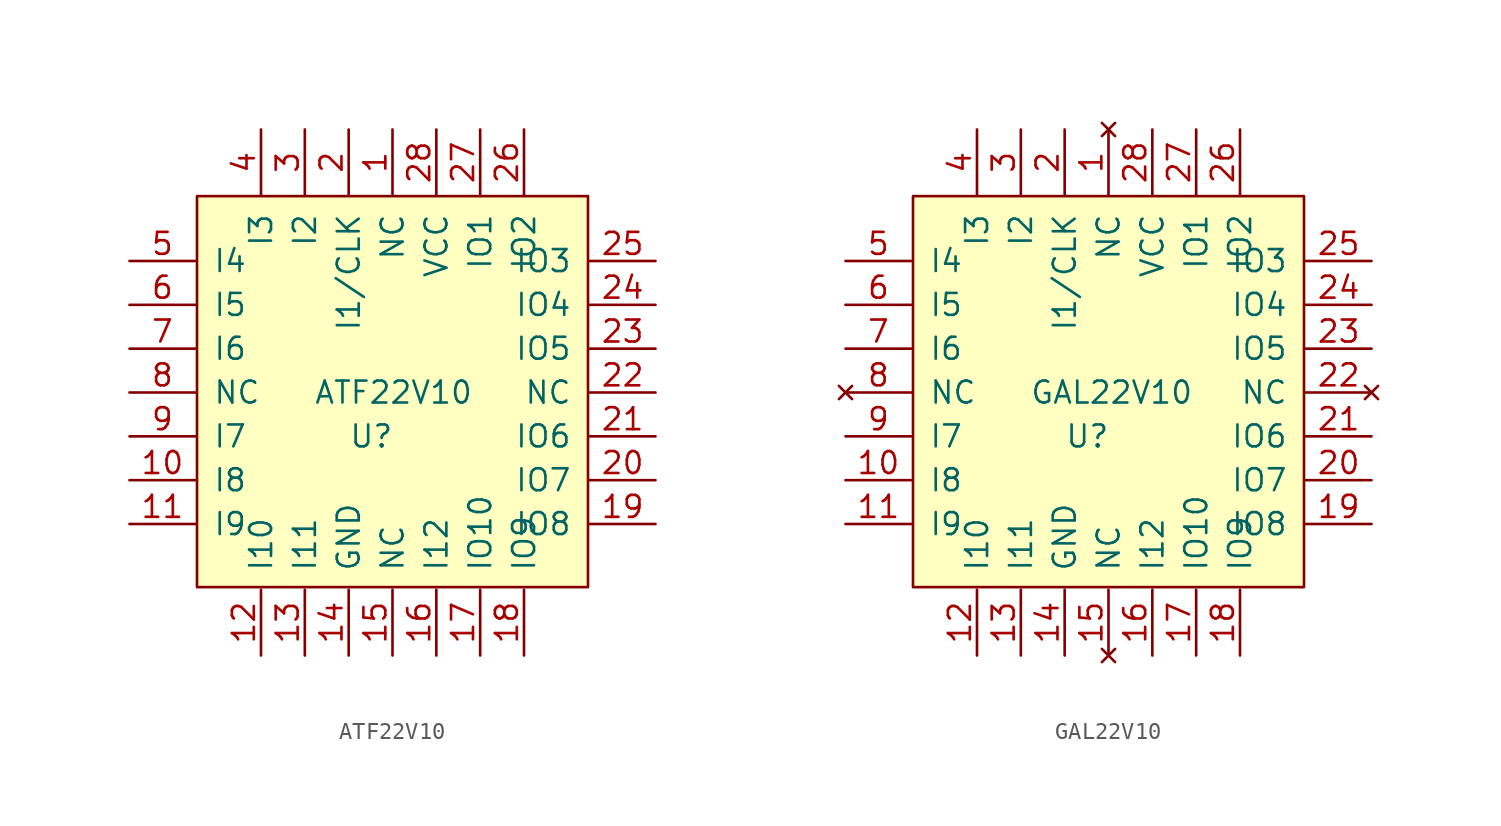
<source format=kicad_sym>
(kicad_symbol_lib
  (version 20211014)
  (generator kicad_symbol_editor)
  (symbol "ATF22V10"
    (pin_names
      (offset 1.016))
    (property "Reference" "U"
      (at -2.54 -2.54 0)
      (effects (font (size 1.27 1.27)) (justify left)))
    (property "Value" "ATF22V10"
      (at -4.572 0 0)
      (effects (font (size 1.27 1.27)) (justify left)))
    (symbol "ATF22V10_0_0"
      (pin input line (at -15.24 -5.08 0) (length 3.81) (name "I8" (effects (font (size 1.27 1.27)))) (number "10" (effects (font (size 1.27 1.27)))))
      (pin tri_state line (at 15.24 -5.08 180) (length 3.81) (name "IO7" (effects (font (size 1.27 1.27)))) (number "20" (effects (font (size 1.27 1.27))))))
    (symbol "ATF22V10_0_1"
      (rectangle (start -11.328 11.379) (end 11.328 -11.278) (stroke (width 0) (type default) (color 0 0 0 0)) (fill (type background))))
    (symbol "ATF22V10_1_1"
      (pin bidirectional line (at 0 15.24 270) (length 3.81) (name "NC" (effects (font (size 1.27 1.27)))) (number "1" (effects (font (size 1.27 1.27)))))
      (pin input line (at -15.24 -7.62 0) (length 3.81) (name "I9" (effects (font (size 1.27 1.27)))) (number "11" (effects (font (size 1.27 1.27)))))
      (pin input line (at -7.62 -15.24 90) (length 3.81) (name "I10" (effects (font (size 1.27 1.27)))) (number "12" (effects (font (size 1.27 1.27)))))
      (pin input line (at -5.08 -15.24 90) (length 3.81) (name "I11" (effects (font (size 1.27 1.27)))) (number "13" (effects (font (size 1.27 1.27)))))
      (pin power_in line (at -2.54 -15.24 90) (length 3.81) (name "GND" (effects (font (size 1.27 1.27)))) (number "14" (effects (font (size 1.27 1.27)))))
      (pin bidirectional line (at 0 -15.24 90) (length 3.81) (name "NC" (effects (font (size 1.27 1.27)))) (number "15" (effects (font (size 1.27 1.27)))))
      (pin input line (at 2.54 -15.24 90) (length 3.81) (name "I12" (effects (font (size 1.27 1.27)))) (number "16" (effects (font (size 1.27 1.27)))))
      (pin tri_state line (at 5.08 -15.24 90) (length 3.81) (name "IO10" (effects (font (size 1.27 1.27)))) (number "17" (effects (font (size 1.27 1.27)))))
      (pin tri_state line (at 7.62 -15.24 90) (length 3.81) (name "IO9" (effects (font (size 1.27 1.27)))) (number "18" (effects (font (size 1.27 1.27)))))
      (pin tri_state line (at 15.24 -7.62 180) (length 3.81) (name "IO8" (effects (font (size 1.27 1.27)))) (number "19" (effects (font (size 1.27 1.27)))))
      (pin input line (at -2.54 15.24 270) (length 3.81) (name "I1/CLK" (effects (font (size 1.27 1.27)))) (number "2" (effects (font (size 1.27 1.27)))))
      (pin tri_state line (at 15.24 -2.54 180) (length 3.81) (name "IO6" (effects (font (size 1.27 1.27)))) (number "21" (effects (font (size 1.27 1.27)))))
      (pin bidirectional line (at 15.24 0 180) (length 3.81) (name "NC" (effects (font (size 1.27 1.27)))) (number "22" (effects (font (size 1.27 1.27)))))
      (pin tri_state line (at 15.24 2.54 180) (length 3.81) (name "IO5" (effects (font (size 1.27 1.27)))) (number "23" (effects (font (size 1.27 1.27)))))
      (pin tri_state line (at 15.24 5.08 180) (length 3.81) (name "IO4" (effects (font (size 1.27 1.27)))) (number "24" (effects (font (size 1.27 1.27)))))
      (pin tri_state line (at 15.24 7.62 180) (length 3.81) (name "IO3" (effects (font (size 1.27 1.27)))) (number "25" (effects (font (size 1.27 1.27)))))
      (pin tri_state line (at 7.62 15.24 270) (length 3.81) (name "IO2" (effects (font (size 1.27 1.27)))) (number "26" (effects (font (size 1.27 1.27)))))
      (pin tri_state line (at 5.08 15.24 270) (length 3.81) (name "IO1" (effects (font (size 1.27 1.27)))) (number "27" (effects (font (size 1.27 1.27)))))
      (pin power_in line (at 2.54 15.24 270) (length 3.81) (name "VCC" (effects (font (size 1.27 1.27)))) (number "28" (effects (font (size 1.27 1.27)))))
      (pin input line (at -5.08 15.24 270) (length 3.81) (name "I2" (effects (font (size 1.27 1.27)))) (number "3" (effects (font (size 1.27 1.27)))))
      (pin input line (at -7.62 15.24 270) (length 3.81) (name "I3" (effects (font (size 1.27 1.27)))) (number "4" (effects (font (size 1.27 1.27)))))
      (pin input line (at -15.24 7.62 0) (length 3.81) (name "I4" (effects (font (size 1.27 1.27)))) (number "5" (effects (font (size 1.27 1.27)))))
      (pin input line (at -15.24 5.08 0) (length 3.81) (name "I5" (effects (font (size 1.27 1.27)))) (number "6" (effects (font (size 1.27 1.27)))))
      (pin input line (at -15.24 2.54 0) (length 3.81) (name "I6" (effects (font (size 1.27 1.27)))) (number "7" (effects (font (size 1.27 1.27)))))
      (pin bidirectional line (at -15.24 0 0) (length 3.81) (name "NC" (effects (font (size 1.27 1.27)))) (number "8" (effects (font (size 1.27 1.27)))))
      (pin input line (at -15.24 -2.54 0) (length 3.81) (name "I7" (effects (font (size 1.27 1.27)))) (number "9" (effects (font (size 1.27 1.27)))))))
  (symbol "GAL22V10"
    (pin_names
      (offset 1.016))
    (property "Reference" "U"
      (at -2.54 -2.54 0)
      (effects (font (size 1.27 1.27)) (justify left)))
    (property "Value" "GAL22V10"
      (at -4.572 0 0)
      (effects (font (size 1.27 1.27)) (justify left)))
    (symbol "GAL22V10_0_0"
      (pin input line (at -15.24 -5.08 0) (length 3.81) (name "I8" (effects (font (size 1.27 1.27)))) (number "10" (effects (font (size 1.27 1.27)))))
      (pin tri_state line (at 15.24 -5.08 180) (length 3.81) (name "IO7" (effects (font (size 1.27 1.27)))) (number "20" (effects (font (size 1.27 1.27))))))
    (symbol "GAL22V10_0_1"
      (rectangle (start -11.328 11.379) (end 11.328 -11.278) (stroke (width 0) (type default) (color 0 0 0 0)) (fill (type background))))
    (symbol "GAL22V10_1_1"
      (pin no_connect line (at 0 15.24 270) (length 3.81) (name "NC" (effects (font (size 1.27 1.27)))) (number "1" (effects (font (size 1.27 1.27)))))
      (pin input line (at -15.24 -7.62 0) (length 3.81) (name "I9" (effects (font (size 1.27 1.27)))) (number "11" (effects (font (size 1.27 1.27)))))
      (pin input line (at -7.62 -15.24 90) (length 3.81) (name "I10" (effects (font (size 1.27 1.27)))) (number "12" (effects (font (size 1.27 1.27)))))
      (pin input line (at -5.08 -15.24 90) (length 3.81) (name "I11" (effects (font (size 1.27 1.27)))) (number "13" (effects (font (size 1.27 1.27)))))
      (pin power_in line (at -2.54 -15.24 90) (length 3.81) (name "GND" (effects (font (size 1.27 1.27)))) (number "14" (effects (font (size 1.27 1.27)))))
      (pin no_connect line (at 0 -15.24 90) (length 3.81) (name "NC" (effects (font (size 1.27 1.27)))) (number "15" (effects (font (size 1.27 1.27)))))
      (pin input line (at 2.54 -15.24 90) (length 3.81) (name "I12" (effects (font (size 1.27 1.27)))) (number "16" (effects (font (size 1.27 1.27)))))
      (pin tri_state line (at 5.08 -15.24 90) (length 3.81) (name "IO10" (effects (font (size 1.27 1.27)))) (number "17" (effects (font (size 1.27 1.27)))))
      (pin tri_state line (at 7.62 -15.24 90) (length 3.81) (name "IO9" (effects (font (size 1.27 1.27)))) (number "18" (effects (font (size 1.27 1.27)))))
      (pin tri_state line (at 15.24 -7.62 180) (length 3.81) (name "IO8" (effects (font (size 1.27 1.27)))) (number "19" (effects (font (size 1.27 1.27)))))
      (pin input line (at -2.54 15.24 270) (length 3.81) (name "I1/CLK" (effects (font (size 1.27 1.27)))) (number "2" (effects (font (size 1.27 1.27)))))
      (pin tri_state line (at 15.24 -2.54 180) (length 3.81) (name "IO6" (effects (font (size 1.27 1.27)))) (number "21" (effects (font (size 1.27 1.27)))))
      (pin no_connect line (at 15.24 0 180) (length 3.81) (name "NC" (effects (font (size 1.27 1.27)))) (number "22" (effects (font (size 1.27 1.27)))))
      (pin tri_state line (at 15.24 2.54 180) (length 3.81) (name "IO5" (effects (font (size 1.27 1.27)))) (number "23" (effects (font (size 1.27 1.27)))))
      (pin tri_state line (at 15.24 5.08 180) (length 3.81) (name "IO4" (effects (font (size 1.27 1.27)))) (number "24" (effects (font (size 1.27 1.27)))))
      (pin tri_state line (at 15.24 7.62 180) (length 3.81) (name "IO3" (effects (font (size 1.27 1.27)))) (number "25" (effects (font (size 1.27 1.27)))))
      (pin tri_state line (at 7.62 15.24 270) (length 3.81) (name "IO2" (effects (font (size 1.27 1.27)))) (number "26" (effects (font (size 1.27 1.27)))))
      (pin tri_state line (at 5.08 15.24 270) (length 3.81) (name "IO1" (effects (font (size 1.27 1.27)))) (number "27" (effects (font (size 1.27 1.27)))))
      (pin power_in line (at 2.54 15.24 270) (length 3.81) (name "VCC" (effects (font (size 1.27 1.27)))) (number "28" (effects (font (size 1.27 1.27)))))
      (pin input line (at -5.08 15.24 270) (length 3.81) (name "I2" (effects (font (size 1.27 1.27)))) (number "3" (effects (font (size 1.27 1.27)))))
      (pin input line (at -7.62 15.24 270) (length 3.81) (name "I3" (effects (font (size 1.27 1.27)))) (number "4" (effects (font (size 1.27 1.27)))))
      (pin input line (at -15.24 7.62 0) (length 3.81) (name "I4" (effects (font (size 1.27 1.27)))) (number "5" (effects (font (size 1.27 1.27)))))
      (pin input line (at -15.24 5.08 0) (length 3.81) (name "I5" (effects (font (size 1.27 1.27)))) (number "6" (effects (font (size 1.27 1.27)))))
      (pin input line (at -15.24 2.54 0) (length 3.81) (name "I6" (effects (font (size 1.27 1.27)))) (number "7" (effects (font (size 1.27 1.27)))))
      (pin no_connect line (at -15.24 0 0) (length 3.81) (name "NC" (effects (font (size 1.27 1.27)))) (number "8" (effects (font (size 1.27 1.27)))))
      (pin input line (at -15.24 -2.54 0) (length 3.81) (name "I7" (effects (font (size 1.27 1.27)))) (number "9" (effects (font (size 1.27 1.27))))))))
</source>
